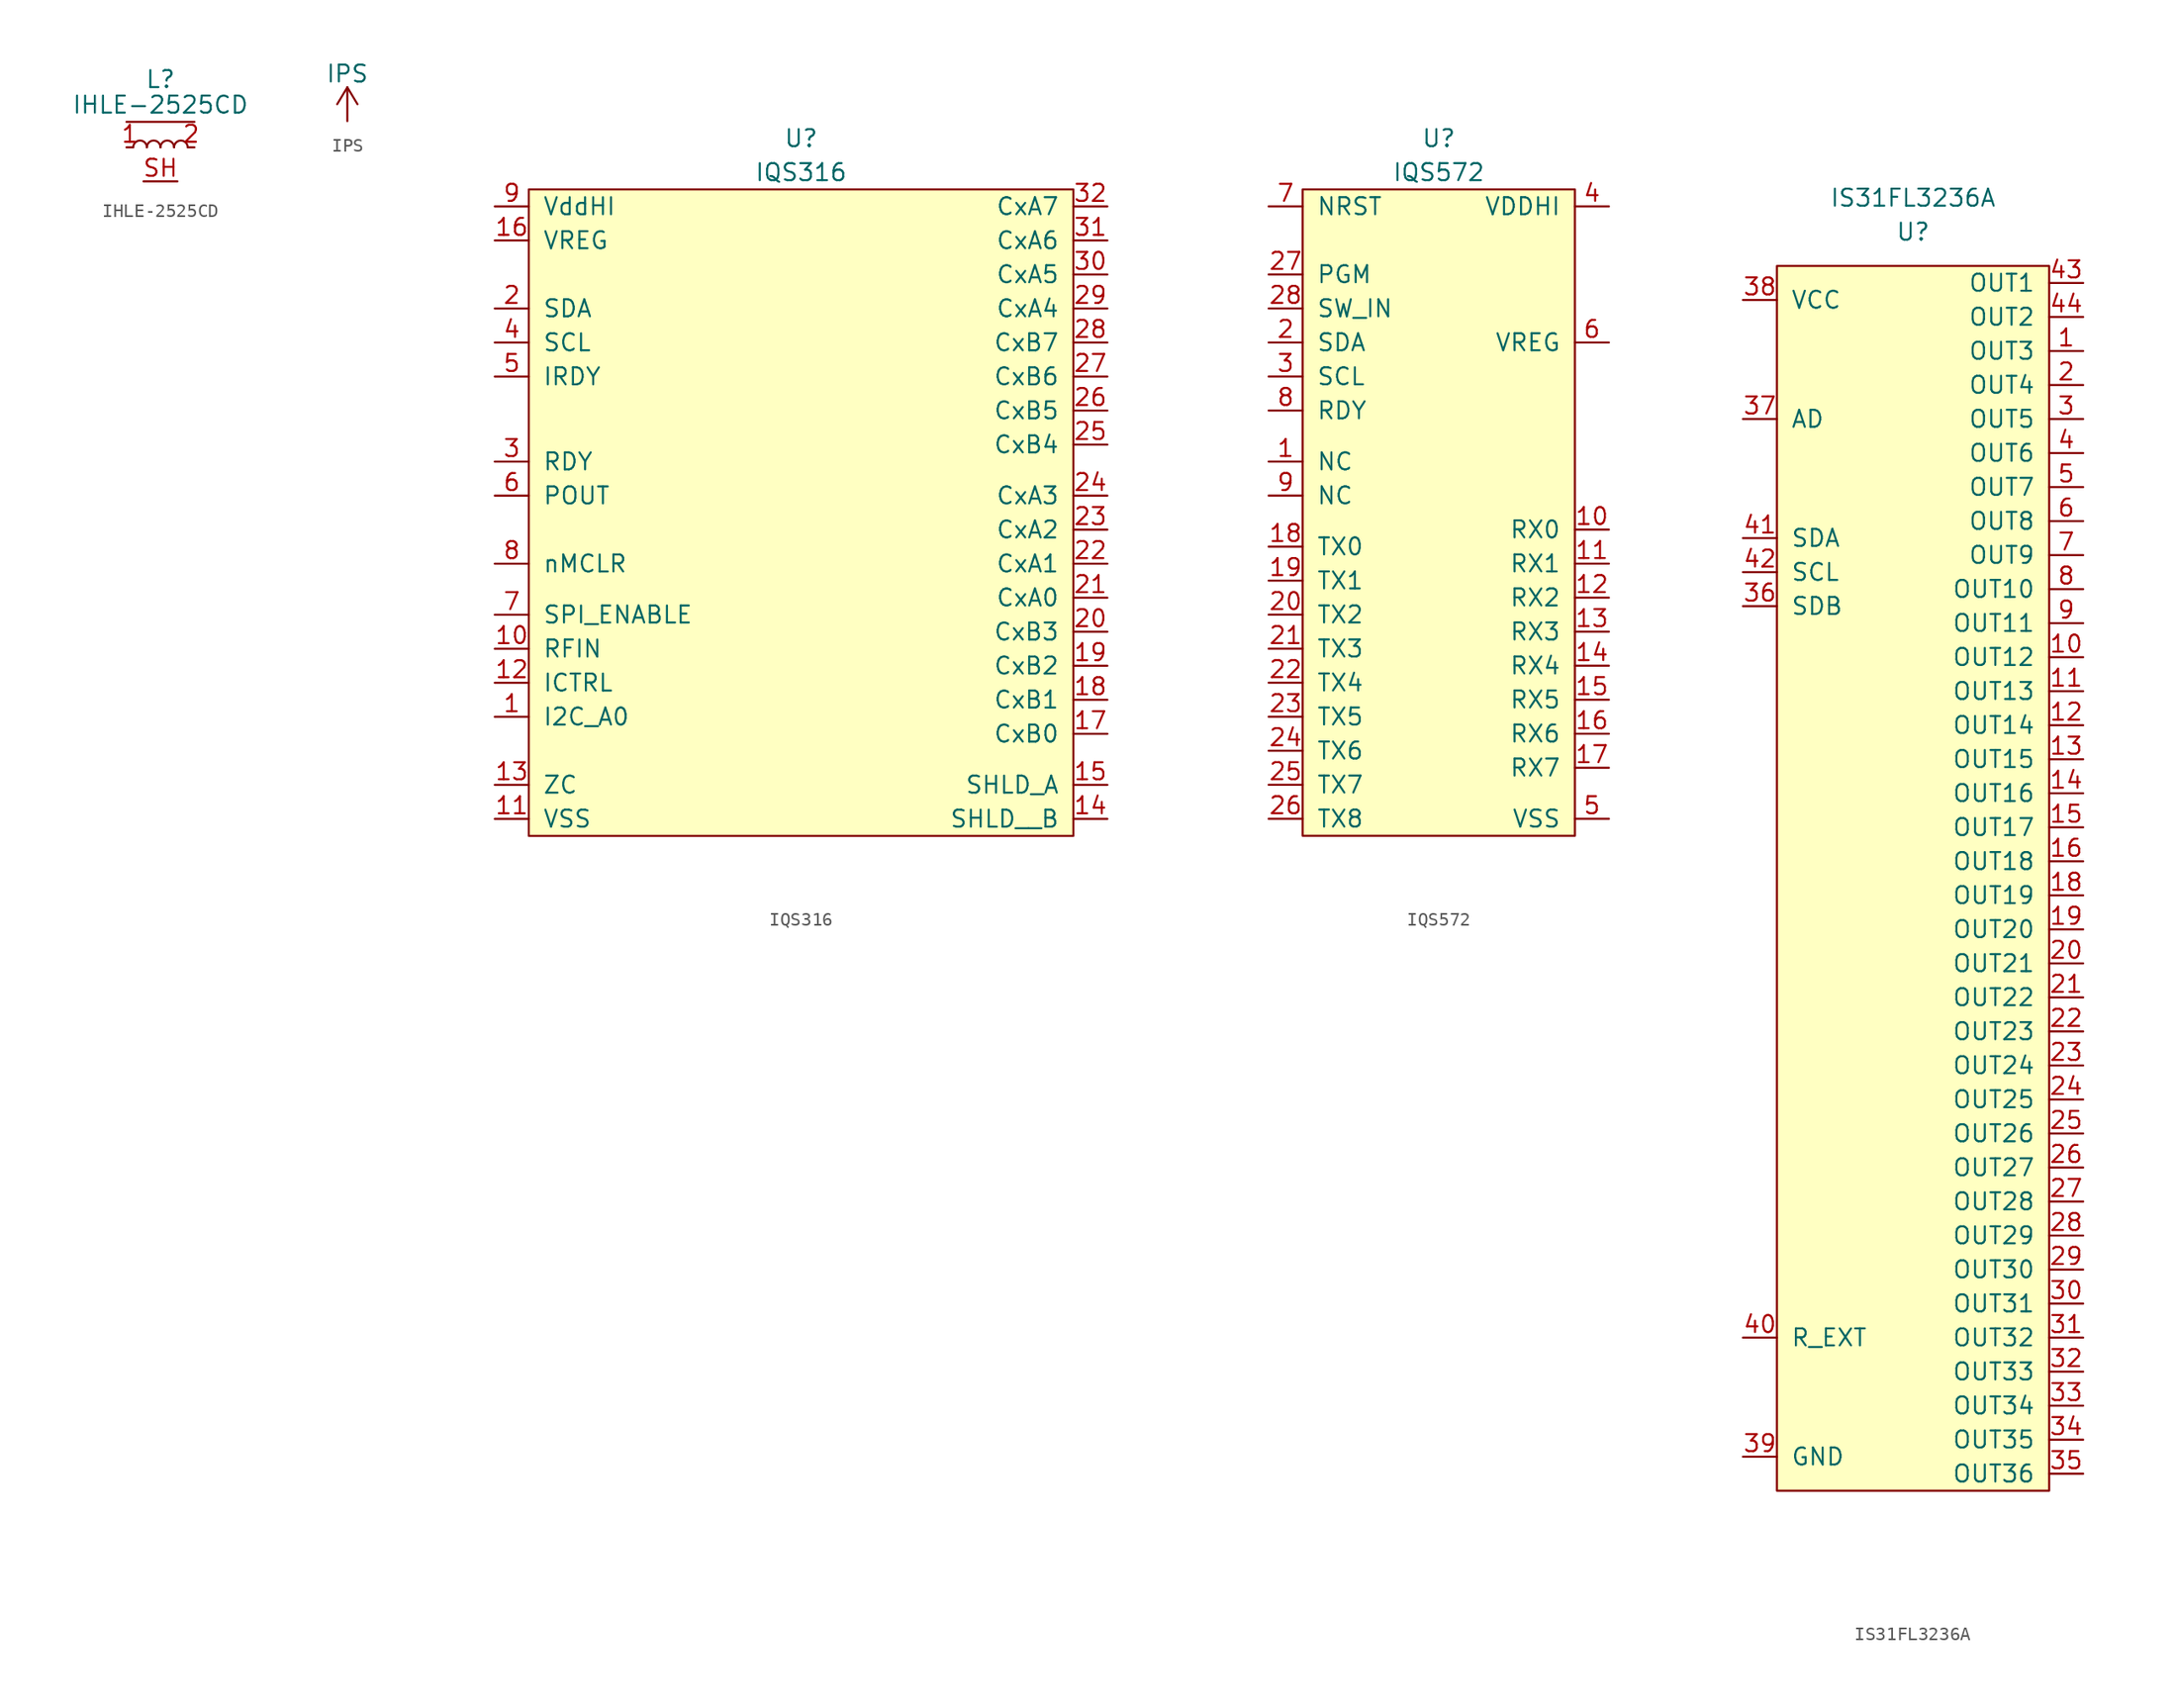
<source format=kicad_sym>
(kicad_symbol_lib
  (version 20211014)
  (generator kicad_symbol_editor)
  (symbol "IHLE-2525CD"
    (property "Reference" "L"
      (at 0 5.08 0)
      (effects (font (size 1.27 1.27))))
    (property "Value" "IHLE-2525CD"
      (at 0 3.175 0)
      (effects (font (size 1.27 1.27))))
    (symbol "IHLE-2525CD_0_1"
      (arc (start -1.016 0) (mid -1.524 0.508) (end -2.032 0) (stroke (width 0) (type default) (color 0 0 0 0)) (fill (type none)))
      (arc (start 0 0) (mid -0.508 0.508) (end -1.016 0) (stroke (width 0) (type default) (color 0 0 0 0)) (fill (type none)))
      (polyline (pts (xy 2.54 1.905) (xy -2.54 1.905)) (stroke (width 0) (type default) (color 0 0 0 0)) (fill (type none)))
      (arc (start 1.016 0) (mid 0.508 0.508) (end 0 0) (stroke (width 0) (type default) (color 0 0 0 0)) (fill (type none)))
      (arc (start 2.032 0) (mid 1.524 0.508) (end 1.016 0) (stroke (width 0) (type default) (color 0 0 0 0)) (fill (type none))))
    (symbol "IHLE-2525CD_1_1"
      (pin passive line (at -2.54 0 0) (length 0.508) (name "~" (effects (font (size 1.27 1.27)))) (number "1" (effects (font (size 1.27 1.27)))))
      (pin passive line (at 2.54 0 180) (length 0.508) (name "~" (effects (font (size 1.27 1.27)))) (number "2" (effects (font (size 1.27 1.27)))))
      (pin input line (at -1.27 -2.54 0) (length 2.54) (name "" (effects (font (size 1.27 1.27)))) (number "SH" (effects (font (size 1.27 1.27)))))))
  (symbol "IPS"
    (power)
    (pin_names
      (offset 0))
    (property "Reference" "#PWR"
      (at 0 -2.54 0)
      (effects (font (size 1.27 1.27)) hide))
    (property "Value" "IPS"
      (at 0 3.556 0)
      (effects (font (size 1.27 1.27))))
    (property "Footprint" ""
      (at 0 0 0)
      (effects (font (size 1.524 1.524))))
    (property "Datasheet" ""
      (at 0 0 0)
      (effects (font (size 1.524 1.524))))
    (symbol "IPS_0_1"
      (polyline (pts (xy -0.762 1.27) (xy 0 2.54)) (stroke (width 0) (type default) (color 0 0 0 0)) (fill (type none)))
      (polyline (pts (xy 0 0) (xy 0 2.54)) (stroke (width 0) (type default) (color 0 0 0 0)) (fill (type none)))
      (polyline (pts (xy 0 2.54) (xy 0.762 1.27)) (stroke (width 0) (type default) (color 0 0 0 0)) (fill (type none))))
    (symbol "IPS_1_1"
      (pin power_in line (at 0 0 90) (length 0) hide (name "IPS" (effects (font (size 1.27 1.27)))) (number "1" (effects (font (size 1.27 1.27)))))))
  (symbol "IQS316"
    (pin_names
      (offset 1.016))
    (property "Reference" "U"
      (at 0 27.94 0)
      (effects (font (size 1.27 1.27))))
    (property "Value" "IQS316"
      (at 0 25.4 0)
      (effects (font (size 1.27 1.27))))
    (symbol "IQS316_0_1"
      (rectangle (start -20.32 24.13) (end 20.32 -24.13) (stroke (width 0) (type default) (color 0 0 0 0)) (fill (type background))))
    (symbol "IQS316_1_1"
      (pin input line (at -22.86 -15.24 0) (length 2.54) (name "I2C_A0" (effects (font (size 1.27 1.27)))) (number "1" (effects (font (size 1.27 1.27)))))
      (pin input line (at -22.86 -10.16 0) (length 2.54) (name "RFIN" (effects (font (size 1.27 1.27)))) (number "10" (effects (font (size 1.27 1.27)))))
      (pin input line (at -22.86 -22.86 0) (length 2.54) (name "VSS" (effects (font (size 1.27 1.27)))) (number "11" (effects (font (size 1.27 1.27)))))
      (pin input line (at -22.86 -12.7 0) (length 2.54) (name "ICTRL" (effects (font (size 1.27 1.27)))) (number "12" (effects (font (size 1.27 1.27)))))
      (pin input line (at -22.86 -20.32 0) (length 2.54) (name "ZC" (effects (font (size 1.27 1.27)))) (number "13" (effects (font (size 1.27 1.27)))))
      (pin input line (at 22.86 -22.86 180) (length 2.54) (name "SHLD__B" (effects (font (size 1.27 1.27)))) (number "14" (effects (font (size 1.27 1.27)))))
      (pin input line (at 22.86 -20.32 180) (length 2.54) (name "SHLD_A" (effects (font (size 1.27 1.27)))) (number "15" (effects (font (size 1.27 1.27)))))
      (pin input line (at -22.86 20.32 0) (length 2.54) (name "VREG" (effects (font (size 1.27 1.27)))) (number "16" (effects (font (size 1.27 1.27)))))
      (pin input line (at 22.86 -16.51 180) (length 2.54) (name "CxB0" (effects (font (size 1.27 1.27)))) (number "17" (effects (font (size 1.27 1.27)))))
      (pin input line (at 22.86 -13.97 180) (length 2.54) (name "CxB1" (effects (font (size 1.27 1.27)))) (number "18" (effects (font (size 1.27 1.27)))))
      (pin input line (at 22.86 -11.43 180) (length 2.54) (name "CxB2" (effects (font (size 1.27 1.27)))) (number "19" (effects (font (size 1.27 1.27)))))
      (pin input line (at -22.86 15.24 0) (length 2.54) (name "SDA" (effects (font (size 1.27 1.27)))) (number "2" (effects (font (size 1.27 1.27)))))
      (pin input line (at 22.86 -8.89 180) (length 2.54) (name "CxB3" (effects (font (size 1.27 1.27)))) (number "20" (effects (font (size 1.27 1.27)))))
      (pin input line (at 22.86 -6.35 180) (length 2.54) (name "CxA0" (effects (font (size 1.27 1.27)))) (number "21" (effects (font (size 1.27 1.27)))))
      (pin input line (at 22.86 -3.81 180) (length 2.54) (name "CxA1" (effects (font (size 1.27 1.27)))) (number "22" (effects (font (size 1.27 1.27)))))
      (pin input line (at 22.86 -1.27 180) (length 2.54) (name "CxA2" (effects (font (size 1.27 1.27)))) (number "23" (effects (font (size 1.27 1.27)))))
      (pin input line (at 22.86 1.27 180) (length 2.54) (name "CxA3" (effects (font (size 1.27 1.27)))) (number "24" (effects (font (size 1.27 1.27)))))
      (pin input line (at 22.86 5.08 180) (length 2.54) (name "CxB4" (effects (font (size 1.27 1.27)))) (number "25" (effects (font (size 1.27 1.27)))))
      (pin input line (at 22.86 7.62 180) (length 2.54) (name "CxB5" (effects (font (size 1.27 1.27)))) (number "26" (effects (font (size 1.27 1.27)))))
      (pin input line (at 22.86 10.16 180) (length 2.54) (name "CxB6" (effects (font (size 1.27 1.27)))) (number "27" (effects (font (size 1.27 1.27)))))
      (pin input line (at 22.86 12.7 180) (length 2.54) (name "CxB7" (effects (font (size 1.27 1.27)))) (number "28" (effects (font (size 1.27 1.27)))))
      (pin input line (at 22.86 15.24 180) (length 2.54) (name "CxA4" (effects (font (size 1.27 1.27)))) (number "29" (effects (font (size 1.27 1.27)))))
      (pin input line (at -22.86 3.81 0) (length 2.54) (name "RDY" (effects (font (size 1.27 1.27)))) (number "3" (effects (font (size 1.27 1.27)))))
      (pin input line (at 22.86 17.78 180) (length 2.54) (name "CxA5" (effects (font (size 1.27 1.27)))) (number "30" (effects (font (size 1.27 1.27)))))
      (pin input line (at 22.86 20.32 180) (length 2.54) (name "CxA6" (effects (font (size 1.27 1.27)))) (number "31" (effects (font (size 1.27 1.27)))))
      (pin input line (at 22.86 22.86 180) (length 2.54) (name "CxA7" (effects (font (size 1.27 1.27)))) (number "32" (effects (font (size 1.27 1.27)))))
      (pin input line (at -22.86 -22.86 0) (length 2.54) hide (name "GND" (effects (font (size 1.27 1.27)))) (number "33" (effects (font (size 1.27 1.27)))))
      (pin input line (at -22.86 12.7 0) (length 2.54) (name "SCL" (effects (font (size 1.27 1.27)))) (number "4" (effects (font (size 1.27 1.27)))))
      (pin input line (at -22.86 10.16 0) (length 2.54) (name "IRDY" (effects (font (size 1.27 1.27)))) (number "5" (effects (font (size 1.27 1.27)))))
      (pin input line (at -22.86 1.27 0) (length 2.54) (name "POUT" (effects (font (size 1.27 1.27)))) (number "6" (effects (font (size 1.27 1.27)))))
      (pin input line (at -22.86 -7.62 0) (length 2.54) (name "SPI_ENABLE" (effects (font (size 1.27 1.27)))) (number "7" (effects (font (size 1.27 1.27)))))
      (pin input line (at -22.86 -3.81 0) (length 2.54) (name "nMCLR" (effects (font (size 1.27 1.27)))) (number "8" (effects (font (size 1.27 1.27)))))
      (pin input line (at -22.86 22.86 0) (length 2.54) (name "VddHI" (effects (font (size 1.27 1.27)))) (number "9" (effects (font (size 1.27 1.27)))))))
  (symbol "IQS572"
    (pin_names
      (offset 1.016))
    (property "Reference" "U"
      (at 0 21.59 0)
      (effects (font (size 1.27 1.27))))
    (property "Value" "IQS572"
      (at 0 19.05 0)
      (effects (font (size 1.27 1.27))))
    (symbol "IQS572_0_1"
      (rectangle (start -10.16 17.78) (end 10.16 -30.48) (stroke (width 0) (type default) (color 0 0 0 0)) (fill (type background))))
    (symbol "IQS572_1_1"
      (pin input line (at -12.7 -2.54 0) (length 2.54) (name "NC" (effects (font (size 1.27 1.27)))) (number "1" (effects (font (size 1.27 1.27)))))
      (pin input line (at 12.7 -7.62 180) (length 2.54) (name "RX0" (effects (font (size 1.27 1.27)))) (number "10" (effects (font (size 1.27 1.27)))))
      (pin input line (at 12.7 -10.16 180) (length 2.54) (name "RX1" (effects (font (size 1.27 1.27)))) (number "11" (effects (font (size 1.27 1.27)))))
      (pin input line (at 12.7 -12.7 180) (length 2.54) (name "RX2" (effects (font (size 1.27 1.27)))) (number "12" (effects (font (size 1.27 1.27)))))
      (pin input line (at 12.7 -15.24 180) (length 2.54) (name "RX3" (effects (font (size 1.27 1.27)))) (number "13" (effects (font (size 1.27 1.27)))))
      (pin input line (at 12.7 -17.78 180) (length 2.54) (name "RX4" (effects (font (size 1.27 1.27)))) (number "14" (effects (font (size 1.27 1.27)))))
      (pin input line (at 12.7 -20.32 180) (length 2.54) (name "RX5" (effects (font (size 1.27 1.27)))) (number "15" (effects (font (size 1.27 1.27)))))
      (pin input line (at 12.7 -22.86 180) (length 2.54) (name "RX6" (effects (font (size 1.27 1.27)))) (number "16" (effects (font (size 1.27 1.27)))))
      (pin input line (at 12.7 -25.4 180) (length 2.54) (name "RX7" (effects (font (size 1.27 1.27)))) (number "17" (effects (font (size 1.27 1.27)))))
      (pin input line (at -12.7 -8.89 0) (length 2.54) (name "TX0" (effects (font (size 1.27 1.27)))) (number "18" (effects (font (size 1.27 1.27)))))
      (pin input line (at -12.7 -11.43 0) (length 2.54) (name "TX1" (effects (font (size 1.27 1.27)))) (number "19" (effects (font (size 1.27 1.27)))))
      (pin input line (at -12.7 6.35 0) (length 2.54) (name "SDA" (effects (font (size 1.27 1.27)))) (number "2" (effects (font (size 1.27 1.27)))))
      (pin input line (at -12.7 -13.97 0) (length 2.54) (name "TX2" (effects (font (size 1.27 1.27)))) (number "20" (effects (font (size 1.27 1.27)))))
      (pin input line (at -12.7 -16.51 0) (length 2.54) (name "TX3" (effects (font (size 1.27 1.27)))) (number "21" (effects (font (size 1.27 1.27)))))
      (pin input line (at -12.7 -19.05 0) (length 2.54) (name "TX4" (effects (font (size 1.27 1.27)))) (number "22" (effects (font (size 1.27 1.27)))))
      (pin input line (at -12.7 -21.59 0) (length 2.54) (name "TX5" (effects (font (size 1.27 1.27)))) (number "23" (effects (font (size 1.27 1.27)))))
      (pin input line (at -12.7 -24.13 0) (length 2.54) (name "TX6" (effects (font (size 1.27 1.27)))) (number "24" (effects (font (size 1.27 1.27)))))
      (pin input line (at -12.7 -26.67 0) (length 2.54) (name "TX7" (effects (font (size 1.27 1.27)))) (number "25" (effects (font (size 1.27 1.27)))))
      (pin input line (at -12.7 -29.21 0) (length 2.54) (name "TX8" (effects (font (size 1.27 1.27)))) (number "26" (effects (font (size 1.27 1.27)))))
      (pin input line (at -12.7 11.43 0) (length 2.54) (name "PGM" (effects (font (size 1.27 1.27)))) (number "27" (effects (font (size 1.27 1.27)))))
      (pin input line (at -12.7 8.89 0) (length 2.54) (name "SW_IN" (effects (font (size 1.27 1.27)))) (number "28" (effects (font (size 1.27 1.27)))))
      (pin input line (at -12.7 3.81 0) (length 2.54) (name "SCL" (effects (font (size 1.27 1.27)))) (number "3" (effects (font (size 1.27 1.27)))))
      (pin input line (at 12.7 16.51 180) (length 2.54) (name "VDDHI" (effects (font (size 1.27 1.27)))) (number "4" (effects (font (size 1.27 1.27)))))
      (pin input line (at 12.7 -29.21 180) (length 2.54) (name "VSS" (effects (font (size 1.27 1.27)))) (number "5" (effects (font (size 1.27 1.27)))))
      (pin input line (at 12.7 6.35 180) (length 2.54) (name "VREG" (effects (font (size 1.27 1.27)))) (number "6" (effects (font (size 1.27 1.27)))))
      (pin input line (at -12.7 16.51 0) (length 2.54) (name "NRST" (effects (font (size 1.27 1.27)))) (number "7" (effects (font (size 1.27 1.27)))))
      (pin input line (at -12.7 1.27 0) (length 2.54) (name "RDY" (effects (font (size 1.27 1.27)))) (number "8" (effects (font (size 1.27 1.27)))))
      (pin input line (at -12.7 -5.08 0) (length 2.54) (name "NC" (effects (font (size 1.27 1.27)))) (number "9" (effects (font (size 1.27 1.27)))))))
  (symbol "IS31FL3236A"
    (pin_names
      (offset 1.016))
    (property "Reference" "U"
      (at 0 46.99 0)
      (effects (font (size 1.27 1.27))))
    (property "Value" "IS31FL3236A"
      (at 0 49.53 0)
      (effects (font (size 1.27 1.27))))
    (symbol "IS31FL3236A_0_1"
      (rectangle (start -10.16 44.45) (end 10.16 -46.99) (stroke (width 0) (type default) (color 0 0 0 0)) (fill (type background))))
    (symbol "IS31FL3236A_1_1"
      (pin passive line (at 12.7 38.1 180) (length 2.54) (name "OUT3" (effects (font (size 1.27 1.27)))) (number "1" (effects (font (size 1.27 1.27)))))
      (pin passive line (at 12.7 15.24 180) (length 2.54) (name "OUT12" (effects (font (size 1.27 1.27)))) (number "10" (effects (font (size 1.27 1.27)))))
      (pin passive line (at 12.7 12.7 180) (length 2.54) (name "OUT13" (effects (font (size 1.27 1.27)))) (number "11" (effects (font (size 1.27 1.27)))))
      (pin passive line (at 12.7 10.16 180) (length 2.54) (name "OUT14" (effects (font (size 1.27 1.27)))) (number "12" (effects (font (size 1.27 1.27)))))
      (pin passive line (at 12.7 7.62 180) (length 2.54) (name "OUT15" (effects (font (size 1.27 1.27)))) (number "13" (effects (font (size 1.27 1.27)))))
      (pin passive line (at 12.7 5.08 180) (length 2.54) (name "OUT16" (effects (font (size 1.27 1.27)))) (number "14" (effects (font (size 1.27 1.27)))))
      (pin passive line (at 12.7 2.54 180) (length 2.54) (name "OUT17" (effects (font (size 1.27 1.27)))) (number "15" (effects (font (size 1.27 1.27)))))
      (pin passive line (at 12.7 0 180) (length 2.54) (name "OUT18" (effects (font (size 1.27 1.27)))) (number "16" (effects (font (size 1.27 1.27)))))
      (pin passive line (at -12.7 -44.45 0) (length 2.54) hide (name "GND" (effects (font (size 1.27 1.27)))) (number "17" (effects (font (size 1.27 1.27)))))
      (pin passive line (at 12.7 -2.54 180) (length 2.54) (name "OUT19" (effects (font (size 1.27 1.27)))) (number "18" (effects (font (size 1.27 1.27)))))
      (pin passive line (at 12.7 -5.08 180) (length 2.54) (name "OUT20" (effects (font (size 1.27 1.27)))) (number "19" (effects (font (size 1.27 1.27)))))
      (pin passive line (at 12.7 35.56 180) (length 2.54) (name "OUT4" (effects (font (size 1.27 1.27)))) (number "2" (effects (font (size 1.27 1.27)))))
      (pin passive line (at 12.7 -7.62 180) (length 2.54) (name "OUT21" (effects (font (size 1.27 1.27)))) (number "20" (effects (font (size 1.27 1.27)))))
      (pin passive line (at 12.7 -10.16 180) (length 2.54) (name "OUT22" (effects (font (size 1.27 1.27)))) (number "21" (effects (font (size 1.27 1.27)))))
      (pin passive line (at 12.7 -12.7 180) (length 2.54) (name "OUT23" (effects (font (size 1.27 1.27)))) (number "22" (effects (font (size 1.27 1.27)))))
      (pin passive line (at 12.7 -15.24 180) (length 2.54) (name "OUT24" (effects (font (size 1.27 1.27)))) (number "23" (effects (font (size 1.27 1.27)))))
      (pin passive line (at 12.7 -17.78 180) (length 2.54) (name "OUT25" (effects (font (size 1.27 1.27)))) (number "24" (effects (font (size 1.27 1.27)))))
      (pin passive line (at 12.7 -20.32 180) (length 2.54) (name "OUT26" (effects (font (size 1.27 1.27)))) (number "25" (effects (font (size 1.27 1.27)))))
      (pin passive line (at 12.7 -22.86 180) (length 2.54) (name "OUT27" (effects (font (size 1.27 1.27)))) (number "26" (effects (font (size 1.27 1.27)))))
      (pin passive line (at 12.7 -25.4 180) (length 2.54) (name "OUT28" (effects (font (size 1.27 1.27)))) (number "27" (effects (font (size 1.27 1.27)))))
      (pin passive line (at 12.7 -27.94 180) (length 2.54) (name "OUT29" (effects (font (size 1.27 1.27)))) (number "28" (effects (font (size 1.27 1.27)))))
      (pin passive line (at 12.7 -30.48 180) (length 2.54) (name "OUT30" (effects (font (size 1.27 1.27)))) (number "29" (effects (font (size 1.27 1.27)))))
      (pin passive line (at 12.7 33.02 180) (length 2.54) (name "OUT5" (effects (font (size 1.27 1.27)))) (number "3" (effects (font (size 1.27 1.27)))))
      (pin passive line (at 12.7 -33.02 180) (length 2.54) (name "OUT31" (effects (font (size 1.27 1.27)))) (number "30" (effects (font (size 1.27 1.27)))))
      (pin passive line (at 12.7 -35.56 180) (length 2.54) (name "OUT32" (effects (font (size 1.27 1.27)))) (number "31" (effects (font (size 1.27 1.27)))))
      (pin passive line (at 12.7 -38.1 180) (length 2.54) (name "OUT33" (effects (font (size 1.27 1.27)))) (number "32" (effects (font (size 1.27 1.27)))))
      (pin passive line (at 12.7 -40.64 180) (length 2.54) (name "OUT34" (effects (font (size 1.27 1.27)))) (number "33" (effects (font (size 1.27 1.27)))))
      (pin passive line (at 12.7 -43.18 180) (length 2.54) (name "OUT35" (effects (font (size 1.27 1.27)))) (number "34" (effects (font (size 1.27 1.27)))))
      (pin passive line (at 12.7 -45.72 180) (length 2.54) (name "OUT36" (effects (font (size 1.27 1.27)))) (number "35" (effects (font (size 1.27 1.27)))))
      (pin passive line (at -12.7 19.05 0) (length 2.54) (name "SDB" (effects (font (size 1.27 1.27)))) (number "36" (effects (font (size 1.27 1.27)))))
      (pin passive line (at -12.7 33.02 0) (length 2.54) (name "AD" (effects (font (size 1.27 1.27)))) (number "37" (effects (font (size 1.27 1.27)))))
      (pin passive line (at -12.7 41.91 0) (length 2.54) (name "VCC" (effects (font (size 1.27 1.27)))) (number "38" (effects (font (size 1.27 1.27)))))
      (pin passive line (at -12.7 -44.45 0) (length 2.54) (name "GND" (effects (font (size 1.27 1.27)))) (number "39" (effects (font (size 1.27 1.27)))))
      (pin passive line (at 12.7 30.48 180) (length 2.54) (name "OUT6" (effects (font (size 1.27 1.27)))) (number "4" (effects (font (size 1.27 1.27)))))
      (pin passive line (at -12.7 -35.56 0) (length 2.54) (name "R_EXT" (effects (font (size 1.27 1.27)))) (number "40" (effects (font (size 1.27 1.27)))))
      (pin passive line (at -12.7 24.13 0) (length 2.54) (name "SDA" (effects (font (size 1.27 1.27)))) (number "41" (effects (font (size 1.27 1.27)))))
      (pin passive line (at -12.7 21.59 0) (length 2.54) (name "SCL" (effects (font (size 1.27 1.27)))) (number "42" (effects (font (size 1.27 1.27)))))
      (pin passive line (at 12.7 43.18 180) (length 2.54) (name "OUT1" (effects (font (size 1.27 1.27)))) (number "43" (effects (font (size 1.27 1.27)))))
      (pin passive line (at 12.7 40.64 180) (length 2.54) (name "OUT2" (effects (font (size 1.27 1.27)))) (number "44" (effects (font (size 1.27 1.27)))))
      (pin passive line (at -12.7 -44.45 0) (length 2.54) hide (name "GND" (effects (font (size 1.27 1.27)))) (number "45" (effects (font (size 1.27 1.27)))))
      (pin passive line (at 12.7 27.94 180) (length 2.54) (name "OUT7" (effects (font (size 1.27 1.27)))) (number "5" (effects (font (size 1.27 1.27)))))
      (pin passive line (at 12.7 25.4 180) (length 2.54) (name "OUT8" (effects (font (size 1.27 1.27)))) (number "6" (effects (font (size 1.27 1.27)))))
      (pin passive line (at 12.7 22.86 180) (length 2.54) (name "OUT9" (effects (font (size 1.27 1.27)))) (number "7" (effects (font (size 1.27 1.27)))))
      (pin passive line (at 12.7 20.32 180) (length 2.54) (name "OUT10" (effects (font (size 1.27 1.27)))) (number "8" (effects (font (size 1.27 1.27)))))
      (pin passive line (at 12.7 17.78 180) (length 2.54) (name "OUT11" (effects (font (size 1.27 1.27)))) (number "9" (effects (font (size 1.27 1.27))))))))
</source>
